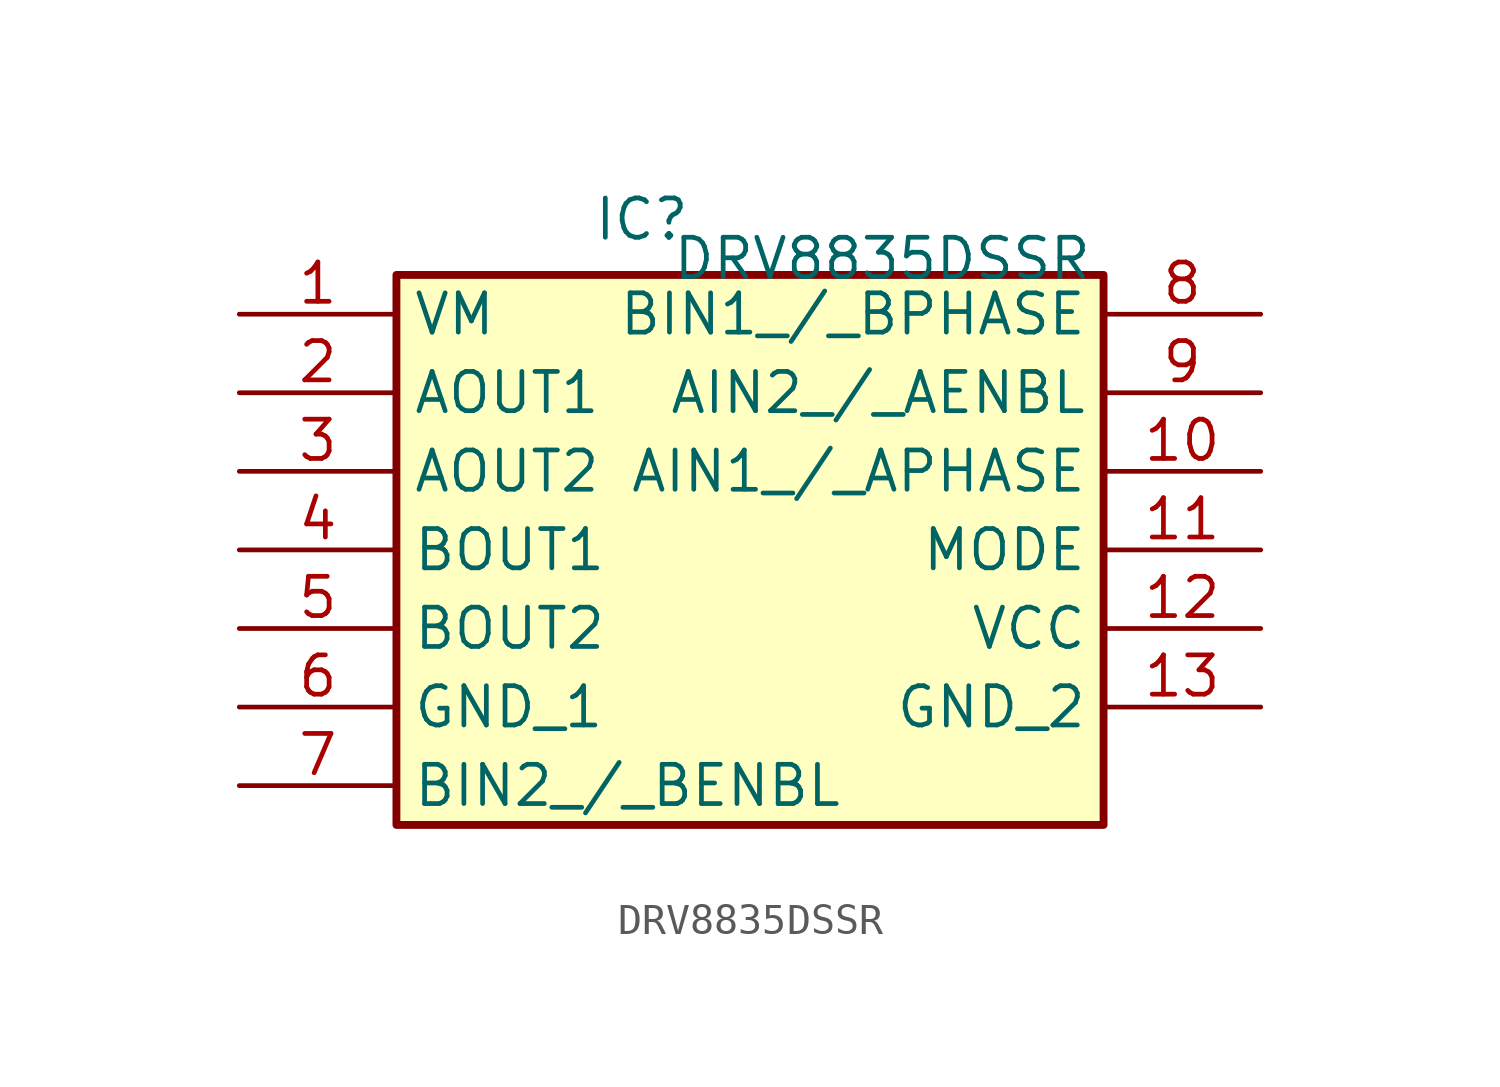
<source format=kicad_sym>
(kicad_symbol_lib
  (version 20220914)
  (generator kicad_symbol_editor)
  (symbol "DRV8835DSSR"
    (property "Reference" "IC"
      (at 11.43 3.81 0)
      (effects (font (size 1.27 1.27)) (justify left top)))
    (property "Value" "DRV8835DSSR"
      (at 13.97 2.54 0)
      (effects (font (size 1.27 1.27)) (justify left top)))
    (symbol "DRV8835DSSR_1_1"
      (rectangle (start 5.08 1.27) (end 27.94 -16.51) (stroke (width 0.254) (type default)) (fill (type background)))
      (pin passive line (at 0 0 0) (length 5.08) (name "VM" (effects (font (size 1.27 1.27)))) (number "1" (effects (font (size 1.27 1.27)))))
      (pin passive line (at 33.02 -5.08 180) (length 5.08) (name "AIN1_/_APHASE" (effects (font (size 1.27 1.27)))) (number "10" (effects (font (size 1.27 1.27)))))
      (pin passive line (at 33.02 -7.62 180) (length 5.08) (name "MODE" (effects (font (size 1.27 1.27)))) (number "11" (effects (font (size 1.27 1.27)))))
      (pin passive line (at 33.02 -10.16 180) (length 5.08) (name "VCC" (effects (font (size 1.27 1.27)))) (number "12" (effects (font (size 1.27 1.27)))))
      (pin passive line (at 33.02 -12.7 180) (length 5.08) (name "GND_2" (effects (font (size 1.27 1.27)))) (number "13" (effects (font (size 1.27 1.27)))))
      (pin passive line (at 0 -2.54 0) (length 5.08) (name "AOUT1" (effects (font (size 1.27 1.27)))) (number "2" (effects (font (size 1.27 1.27)))))
      (pin passive line (at 0 -5.08 0) (length 5.08) (name "AOUT2" (effects (font (size 1.27 1.27)))) (number "3" (effects (font (size 1.27 1.27)))))
      (pin passive line (at 0 -7.62 0) (length 5.08) (name "BOUT1" (effects (font (size 1.27 1.27)))) (number "4" (effects (font (size 1.27 1.27)))))
      (pin passive line (at 0 -10.16 0) (length 5.08) (name "BOUT2" (effects (font (size 1.27 1.27)))) (number "5" (effects (font (size 1.27 1.27)))))
      (pin passive line (at 0 -12.7 0) (length 5.08) (name "GND_1" (effects (font (size 1.27 1.27)))) (number "6" (effects (font (size 1.27 1.27)))))
      (pin passive line (at 0 -15.24 0) (length 5.08) (name "BIN2_/_BENBL" (effects (font (size 1.27 1.27)))) (number "7" (effects (font (size 1.27 1.27)))))
      (pin passive line (at 33.02 0 180) (length 5.08) (name "BIN1_/_BPHASE" (effects (font (size 1.27 1.27)))) (number "8" (effects (font (size 1.27 1.27)))))
      (pin passive line (at 33.02 -2.54 180) (length 5.08) (name "AIN2_/_AENBL" (effects (font (size 1.27 1.27)))) (number "9" (effects (font (size 1.27 1.27))))))))
</source>
